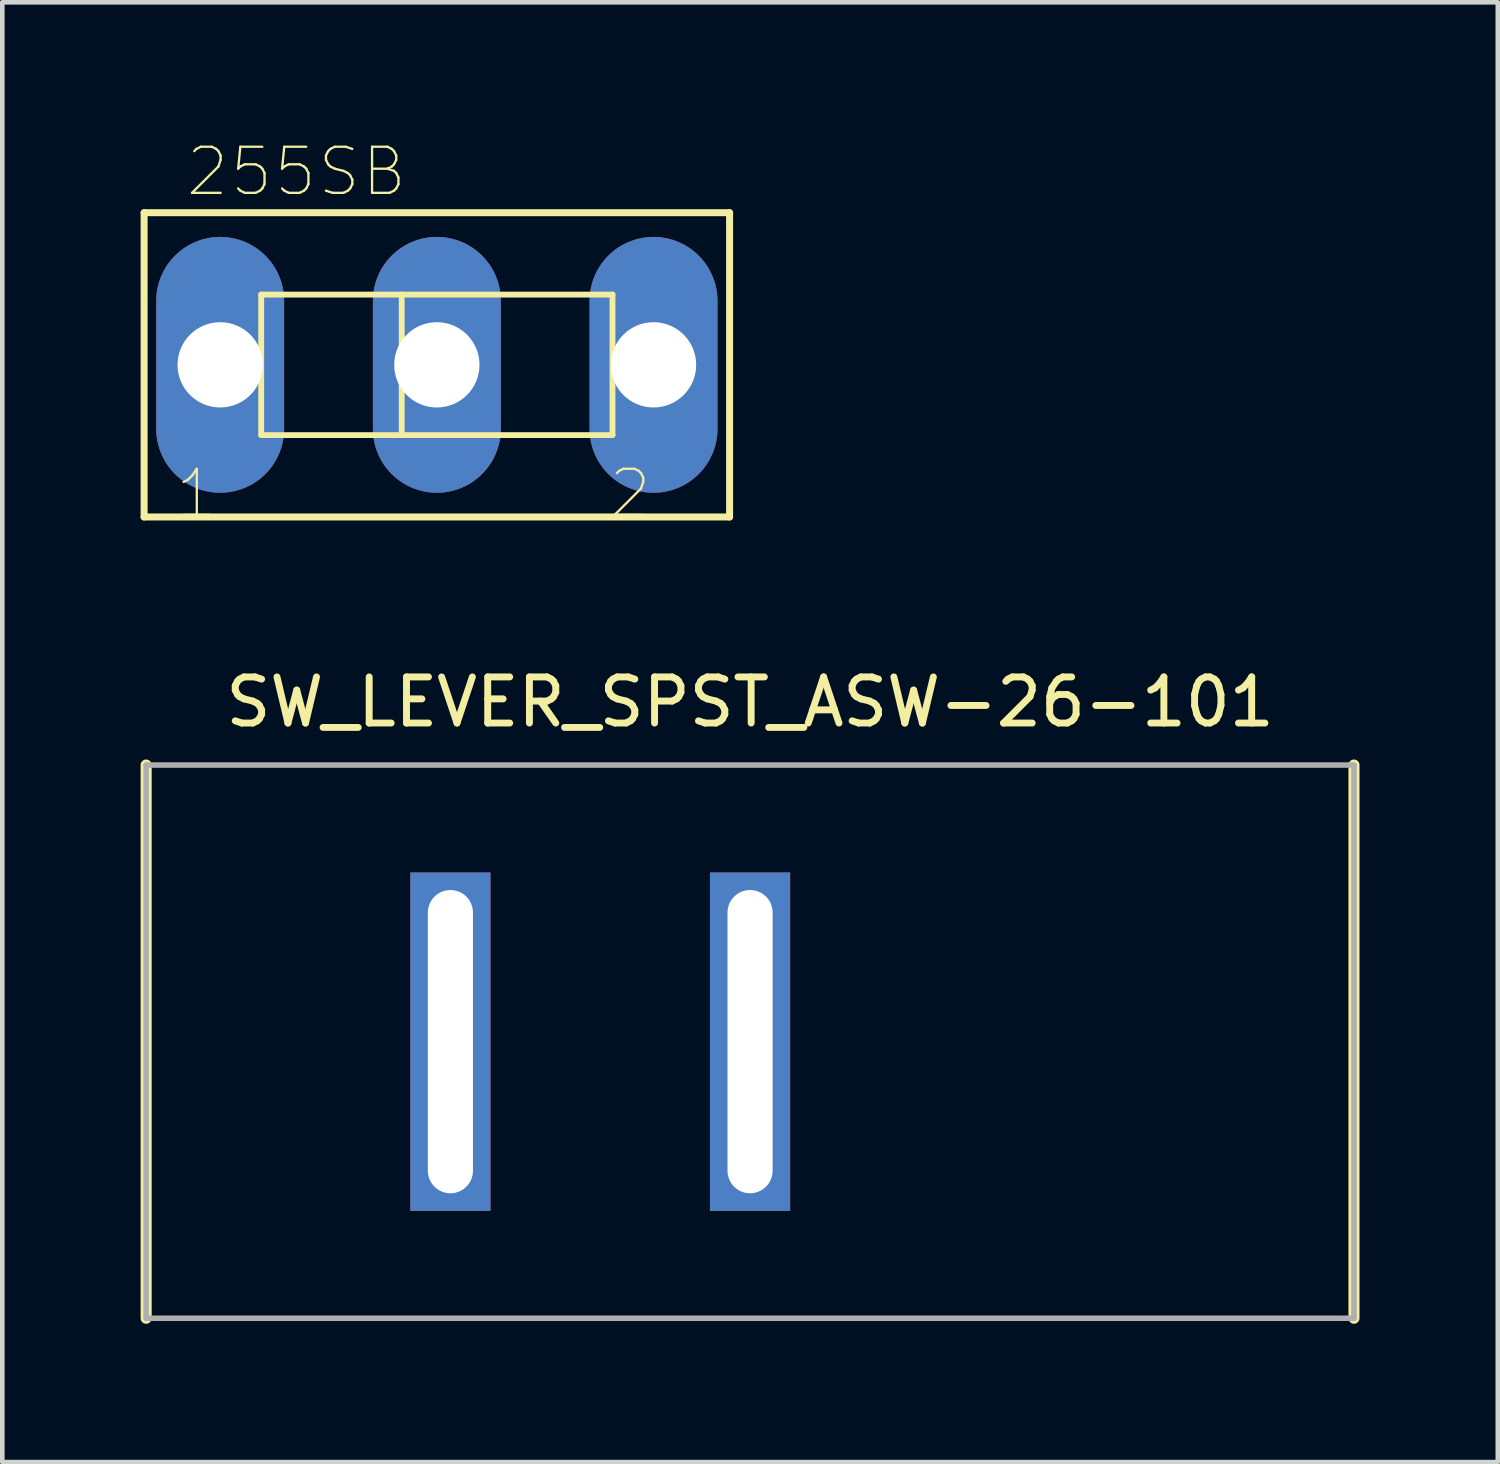
<source format=kicad_pcb>
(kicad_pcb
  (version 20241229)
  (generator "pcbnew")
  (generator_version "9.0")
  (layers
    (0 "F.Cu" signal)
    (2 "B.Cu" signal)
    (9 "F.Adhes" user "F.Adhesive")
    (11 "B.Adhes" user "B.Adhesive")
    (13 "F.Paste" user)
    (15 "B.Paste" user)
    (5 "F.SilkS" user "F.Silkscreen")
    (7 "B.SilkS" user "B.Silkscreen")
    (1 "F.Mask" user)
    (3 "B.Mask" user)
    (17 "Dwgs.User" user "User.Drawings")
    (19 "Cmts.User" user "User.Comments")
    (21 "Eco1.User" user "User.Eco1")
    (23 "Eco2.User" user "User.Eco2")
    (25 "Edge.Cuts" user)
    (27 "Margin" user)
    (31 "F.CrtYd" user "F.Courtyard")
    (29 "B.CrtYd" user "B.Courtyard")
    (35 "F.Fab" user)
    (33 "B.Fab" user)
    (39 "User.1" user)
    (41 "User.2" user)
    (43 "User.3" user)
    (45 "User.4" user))
  (footprint "255SB"
    (layer "F.Cu")
    (at 6.426 4.864)
    (property "Reference" "255SB" (at -3.048 -4.191 0) (layer "F.SilkS") (effects (font (size 1 1) (thickness 0.05))))
    (attr through_hole)
    (fp_line (start -6.35 -3.3) (end -6.35 3.3) (stroke (width 0.152) (type solid)) (layer "F.SilkS"))
    (fp_line (start -6.35 -3.3) (end 6.35 -3.3) (stroke (width 0.152) (type solid)) (layer "F.SilkS"))
    (fp_line (start -3.81 -1.524) (end -3.81 1.524) (stroke (width 0.127) (type solid)) (layer "F.SilkS"))
    (fp_line (start -3.81 -1.524) (end 3.81 -1.524) (stroke (width 0.127) (type solid)) (layer "F.SilkS"))
    (fp_line (start -3.81 1.524) (end 3.81 1.524) (stroke (width 0.127) (type solid)) (layer "F.SilkS"))
    (fp_line (start -0.762 1.524) (end -0.762 -1.524) (stroke (width 0.127) (type solid)) (layer "F.SilkS"))
    (fp_line (start 3.81 -1.524) (end 3.81 1.524) (stroke (width 0.127) (type solid)) (layer "F.SilkS"))
    (fp_line (start 6.35 3.3) (end -6.35 3.3) (stroke (width 0.152) (type solid)) (layer "F.SilkS"))
    (fp_line (start 6.35 3.3) (end 6.35 -3.3) (stroke (width 0.152) (type solid)) (layer "F.SilkS"))
    (fp_text user "2" (at 4.191 2.794 0) (layer "F.SilkS") (effects (font (size 1 1) (thickness 0.05))))
    (fp_text user "1" (at -5.207 2.794 0) (layer "F.SilkS") (effects (font (size 1 1) (thickness 0.05))))
    (pad "1" thru_hole oval (at 0 0 90) (size 5.55 2.775) (drill 1.85) (layers "*.Cu" "*.Mask"))
    (pad "2" thru_hole oval (at -4.7 0 90) (size 5.55 2.775) (drill 1.85) (layers "*.Cu" "*.Mask"))
    (pad "3" thru_hole oval (at 4.7 0 90) (size 5.55 2.775) (drill 1.85) (layers "*.Cu" "*.Mask")))
  (footprint "SW_LEVER_SPST_ASW-26-101"
    (layer "F.Cu")
    (at 13.22 19.545)
    (property "Reference" "SW_LEVER_SPST_ASW-26-101" (at 0 -7.366 0) (layer "F.SilkS") (effects (font (size 1 1) (thickness 0.15))))
    (attr through_hole)
    (fp_line (start -13.1 6) (end -13.1 -6) (stroke (width 0.24) (type solid)) (layer "F.SilkS"))
    (fp_line (start 13.1 6) (end 13.1 -6) (stroke (width 0.24) (type solid)) (layer "F.SilkS"))
    (fp_line (start -13.1 6) (end -13.1 -6) (stroke (width 0.12) (type solid)) (layer "F.Fab"))
    (fp_line (start 13.1 -6) (end -13.1 -6) (stroke (width 0.12) (type solid)) (layer "F.Fab"))
    (fp_line (start 13.1 6) (end -13.1 6) (stroke (width 0.12) (type solid)) (layer "F.Fab"))
    (fp_line (start 13.1 6) (end 13.1 -6) (stroke (width 0.12) (type solid)) (layer "F.Fab"))
    (pad "1" thru_hole rect (at -6.5 0) (size 1.74 7.34) (drill oval 0.978 6.578) (layers "*.Cu" "*.Mask"))
    (pad "2" thru_hole rect (at 0 0) (size 1.74 7.34) (drill oval 0.978 6.578) (layers "*.Cu" "*.Mask")))
  (gr_rect
    (start -3 -3)
    (end 29.44 28.665)
    (stroke (width 0.1) (type default))
    (fill no)
    (layer "Edge.Cuts")))
</source>
